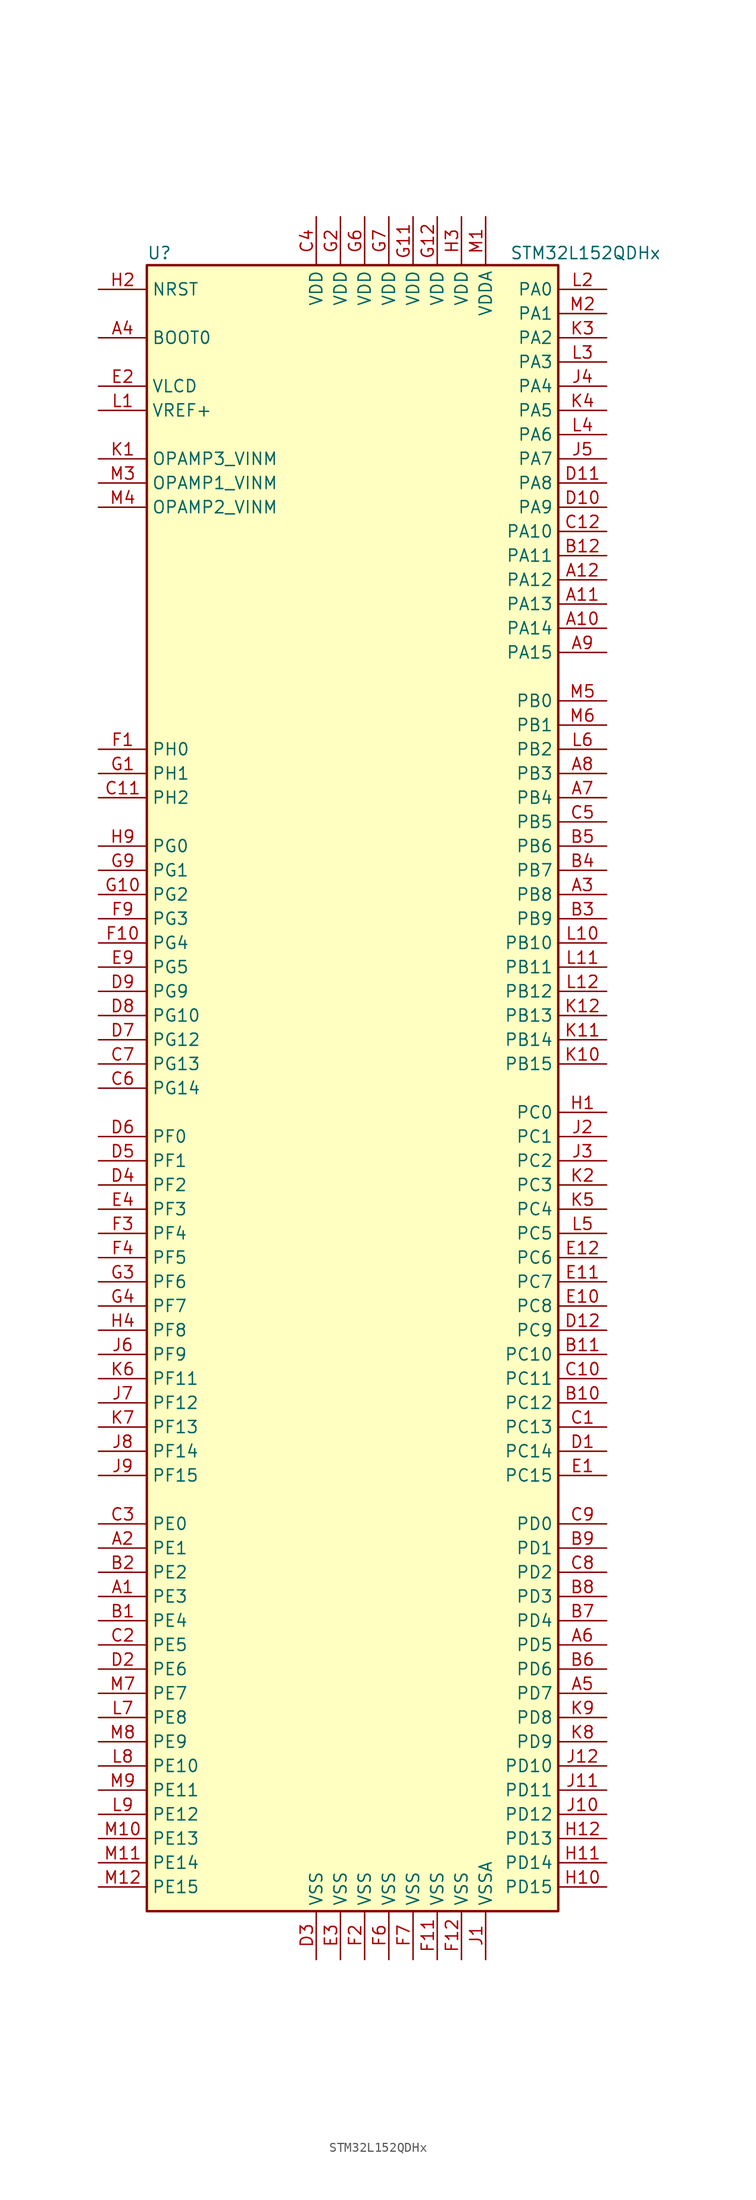
<source format=kicad_sym>
(kicad_symbol_lib
  (version 20201005)
  (generator kicad_symbol_editor)
  (symbol "STM32L152QDHx"
    (property "Reference" "U"
      (at -22.86 87.63 0)
      (effects (font (size 1.27 1.27)) (justify left)))
    (property "Value" "STM32L152QDHx"
      (at 15.24 87.63 0)
      (effects (font (size 1.27 1.27)) (justify left)))
    (symbol "STM32L152QDHx_0_1"
      (rectangle (start -22.86 -86.36) (end 20.32 86.36) (stroke (width 0.254)) (fill (type background))))
    (symbol "STM32L152QDHx_1_1"
      (pin bidirectional line (at -27.94 -53.34 0) (length 5.08) (name "PE3" (effects (font (size 1.27 1.27)))) (number "A1" (effects (font (size 1.27 1.27)))))
      (pin bidirectional line (at 25.4 48.26 180) (length 5.08) (name "PA14" (effects (font (size 1.27 1.27)))) (number "A10" (effects (font (size 1.27 1.27)))))
      (pin bidirectional line (at 25.4 50.8 180) (length 5.08) (name "PA13" (effects (font (size 1.27 1.27)))) (number "A11" (effects (font (size 1.27 1.27)))))
      (pin bidirectional line (at 25.4 53.34 180) (length 5.08) (name "PA12" (effects (font (size 1.27 1.27)))) (number "A12" (effects (font (size 1.27 1.27)))))
      (pin bidirectional line (at -27.94 -48.26 0) (length 5.08) (name "PE1" (effects (font (size 1.27 1.27)))) (number "A2" (effects (font (size 1.27 1.27)))))
      (pin bidirectional line (at 25.4 20.32 180) (length 5.08) (name "PB8" (effects (font (size 1.27 1.27)))) (number "A3" (effects (font (size 1.27 1.27)))))
      (pin input line (at -27.94 78.74 0) (length 5.08) (name "BOOT0" (effects (font (size 1.27 1.27)))) (number "A4" (effects (font (size 1.27 1.27)))))
      (pin bidirectional line (at 25.4 -63.5 180) (length 5.08) (name "PD7" (effects (font (size 1.27 1.27)))) (number "A5" (effects (font (size 1.27 1.27)))))
      (pin bidirectional line (at 25.4 -58.42 180) (length 5.08) (name "PD5" (effects (font (size 1.27 1.27)))) (number "A6" (effects (font (size 1.27 1.27)))))
      (pin bidirectional line (at 25.4 30.48 180) (length 5.08) (name "PB4" (effects (font (size 1.27 1.27)))) (number "A7" (effects (font (size 1.27 1.27)))))
      (pin bidirectional line (at 25.4 33.02 180) (length 5.08) (name "PB3" (effects (font (size 1.27 1.27)))) (number "A8" (effects (font (size 1.27 1.27)))))
      (pin bidirectional line (at 25.4 45.72 180) (length 5.08) (name "PA15" (effects (font (size 1.27 1.27)))) (number "A9" (effects (font (size 1.27 1.27)))))
      (pin bidirectional line (at -27.94 -55.88 0) (length 5.08) (name "PE4" (effects (font (size 1.27 1.27)))) (number "B1" (effects (font (size 1.27 1.27)))))
      (pin bidirectional line (at 25.4 -33.02 180) (length 5.08) (name "PC12" (effects (font (size 1.27 1.27)))) (number "B10" (effects (font (size 1.27 1.27)))))
      (pin bidirectional line (at 25.4 -27.94 180) (length 5.08) (name "PC10" (effects (font (size 1.27 1.27)))) (number "B11" (effects (font (size 1.27 1.27)))))
      (pin bidirectional line (at 25.4 55.88 180) (length 5.08) (name "PA11" (effects (font (size 1.27 1.27)))) (number "B12" (effects (font (size 1.27 1.27)))))
      (pin bidirectional line (at -27.94 -50.8 0) (length 5.08) (name "PE2" (effects (font (size 1.27 1.27)))) (number "B2" (effects (font (size 1.27 1.27)))))
      (pin bidirectional line (at 25.4 17.78 180) (length 5.08) (name "PB9" (effects (font (size 1.27 1.27)))) (number "B3" (effects (font (size 1.27 1.27)))))
      (pin bidirectional line (at 25.4 22.86 180) (length 5.08) (name "PB7" (effects (font (size 1.27 1.27)))) (number "B4" (effects (font (size 1.27 1.27)))))
      (pin bidirectional line (at 25.4 25.4 180) (length 5.08) (name "PB6" (effects (font (size 1.27 1.27)))) (number "B5" (effects (font (size 1.27 1.27)))))
      (pin bidirectional line (at 25.4 -60.96 180) (length 5.08) (name "PD6" (effects (font (size 1.27 1.27)))) (number "B6" (effects (font (size 1.27 1.27)))))
      (pin bidirectional line (at 25.4 -55.88 180) (length 5.08) (name "PD4" (effects (font (size 1.27 1.27)))) (number "B7" (effects (font (size 1.27 1.27)))))
      (pin bidirectional line (at 25.4 -53.34 180) (length 5.08) (name "PD3" (effects (font (size 1.27 1.27)))) (number "B8" (effects (font (size 1.27 1.27)))))
      (pin bidirectional line (at 25.4 -48.26 180) (length 5.08) (name "PD1" (effects (font (size 1.27 1.27)))) (number "B9" (effects (font (size 1.27 1.27)))))
      (pin bidirectional line (at 25.4 -35.56 180) (length 5.08) (name "PC13" (effects (font (size 1.27 1.27)))) (number "C1" (effects (font (size 1.27 1.27)))))
      (pin bidirectional line (at 25.4 -30.48 180) (length 5.08) (name "PC11" (effects (font (size 1.27 1.27)))) (number "C10" (effects (font (size 1.27 1.27)))))
      (pin bidirectional line (at -27.94 30.48 0) (length 5.08) (name "PH2" (effects (font (size 1.27 1.27)))) (number "C11" (effects (font (size 1.27 1.27)))))
      (pin bidirectional line (at 25.4 58.42 180) (length 5.08) (name "PA10" (effects (font (size 1.27 1.27)))) (number "C12" (effects (font (size 1.27 1.27)))))
      (pin bidirectional line (at -27.94 -58.42 0) (length 5.08) (name "PE5" (effects (font (size 1.27 1.27)))) (number "C2" (effects (font (size 1.27 1.27)))))
      (pin bidirectional line (at -27.94 -45.72 0) (length 5.08) (name "PE0" (effects (font (size 1.27 1.27)))) (number "C3" (effects (font (size 1.27 1.27)))))
      (pin power_in line (at -5.08 91.44 270) (length 5.08) (name "VDD" (effects (font (size 1.27 1.27)))) (number "C4" (effects (font (size 1.27 1.27)))))
      (pin bidirectional line (at 25.4 27.94 180) (length 5.08) (name "PB5" (effects (font (size 1.27 1.27)))) (number "C5" (effects (font (size 1.27 1.27)))))
      (pin bidirectional line (at -27.94 0 0) (length 5.08) (name "PG14" (effects (font (size 1.27 1.27)))) (number "C6" (effects (font (size 1.27 1.27)))))
      (pin bidirectional line (at -27.94 2.54 0) (length 5.08) (name "PG13" (effects (font (size 1.27 1.27)))) (number "C7" (effects (font (size 1.27 1.27)))))
      (pin bidirectional line (at 25.4 -50.8 180) (length 5.08) (name "PD2" (effects (font (size 1.27 1.27)))) (number "C8" (effects (font (size 1.27 1.27)))))
      (pin bidirectional line (at 25.4 -45.72 180) (length 5.08) (name "PD0" (effects (font (size 1.27 1.27)))) (number "C9" (effects (font (size 1.27 1.27)))))
      (pin bidirectional line (at 25.4 -38.1 180) (length 5.08) (name "PC14" (effects (font (size 1.27 1.27)))) (number "D1" (effects (font (size 1.27 1.27)))))
      (pin bidirectional line (at 25.4 60.96 180) (length 5.08) (name "PA9" (effects (font (size 1.27 1.27)))) (number "D10" (effects (font (size 1.27 1.27)))))
      (pin bidirectional line (at 25.4 63.5 180) (length 5.08) (name "PA8" (effects (font (size 1.27 1.27)))) (number "D11" (effects (font (size 1.27 1.27)))))
      (pin bidirectional line (at 25.4 -25.4 180) (length 5.08) (name "PC9" (effects (font (size 1.27 1.27)))) (number "D12" (effects (font (size 1.27 1.27)))))
      (pin bidirectional line (at -27.94 -60.96 0) (length 5.08) (name "PE6" (effects (font (size 1.27 1.27)))) (number "D2" (effects (font (size 1.27 1.27)))))
      (pin power_in line (at -5.08 -91.44 90) (length 5.08) (name "VSS" (effects (font (size 1.27 1.27)))) (number "D3" (effects (font (size 1.27 1.27)))))
      (pin bidirectional line (at -27.94 -10.16 0) (length 5.08) (name "PF2" (effects (font (size 1.27 1.27)))) (number "D4" (effects (font (size 1.27 1.27)))))
      (pin bidirectional line (at -27.94 -7.62 0) (length 5.08) (name "PF1" (effects (font (size 1.27 1.27)))) (number "D5" (effects (font (size 1.27 1.27)))))
      (pin bidirectional line (at -27.94 -5.08 0) (length 5.08) (name "PF0" (effects (font (size 1.27 1.27)))) (number "D6" (effects (font (size 1.27 1.27)))))
      (pin bidirectional line (at -27.94 5.08 0) (length 5.08) (name "PG12" (effects (font (size 1.27 1.27)))) (number "D7" (effects (font (size 1.27 1.27)))))
      (pin bidirectional line (at -27.94 7.62 0) (length 5.08) (name "PG10" (effects (font (size 1.27 1.27)))) (number "D8" (effects (font (size 1.27 1.27)))))
      (pin bidirectional line (at -27.94 10.16 0) (length 5.08) (name "PG9" (effects (font (size 1.27 1.27)))) (number "D9" (effects (font (size 1.27 1.27)))))
      (pin bidirectional line (at 25.4 -40.64 180) (length 5.08) (name "PC15" (effects (font (size 1.27 1.27)))) (number "E1" (effects (font (size 1.27 1.27)))))
      (pin bidirectional line (at 25.4 -22.86 180) (length 5.08) (name "PC8" (effects (font (size 1.27 1.27)))) (number "E10" (effects (font (size 1.27 1.27)))))
      (pin bidirectional line (at 25.4 -20.32 180) (length 5.08) (name "PC7" (effects (font (size 1.27 1.27)))) (number "E11" (effects (font (size 1.27 1.27)))))
      (pin bidirectional line (at 25.4 -17.78 180) (length 5.08) (name "PC6" (effects (font (size 1.27 1.27)))) (number "E12" (effects (font (size 1.27 1.27)))))
      (pin power_in line (at -27.94 73.66 0) (length 5.08) (name "VLCD" (effects (font (size 1.27 1.27)))) (number "E2" (effects (font (size 1.27 1.27)))))
      (pin power_in line (at -2.54 -91.44 90) (length 5.08) (name "VSS" (effects (font (size 1.27 1.27)))) (number "E3" (effects (font (size 1.27 1.27)))))
      (pin bidirectional line (at -27.94 -12.7 0) (length 5.08) (name "PF3" (effects (font (size 1.27 1.27)))) (number "E4" (effects (font (size 1.27 1.27)))))
      (pin bidirectional line (at -27.94 12.7 0) (length 5.08) (name "PG5" (effects (font (size 1.27 1.27)))) (number "E9" (effects (font (size 1.27 1.27)))))
      (pin input line (at -27.94 35.56 0) (length 5.08) (name "PH0" (effects (font (size 1.27 1.27)))) (number "F1" (effects (font (size 1.27 1.27)))))
      (pin bidirectional line (at -27.94 15.24 0) (length 5.08) (name "PG4" (effects (font (size 1.27 1.27)))) (number "F10" (effects (font (size 1.27 1.27)))))
      (pin power_in line (at 7.62 -91.44 90) (length 5.08) (name "VSS" (effects (font (size 1.27 1.27)))) (number "F11" (effects (font (size 1.27 1.27)))))
      (pin power_in line (at 10.16 -91.44 90) (length 5.08) (name "VSS" (effects (font (size 1.27 1.27)))) (number "F12" (effects (font (size 1.27 1.27)))))
      (pin power_in line (at 0 -91.44 90) (length 5.08) (name "VSS" (effects (font (size 1.27 1.27)))) (number "F2" (effects (font (size 1.27 1.27)))))
      (pin bidirectional line (at -27.94 -15.24 0) (length 5.08) (name "PF4" (effects (font (size 1.27 1.27)))) (number "F3" (effects (font (size 1.27 1.27)))))
      (pin bidirectional line (at -27.94 -17.78 0) (length 5.08) (name "PF5" (effects (font (size 1.27 1.27)))) (number "F4" (effects (font (size 1.27 1.27)))))
      (pin power_in line (at 2.54 -91.44 90) (length 5.08) (name "VSS" (effects (font (size 1.27 1.27)))) (number "F6" (effects (font (size 1.27 1.27)))))
      (pin power_in line (at 5.08 -91.44 90) (length 5.08) (name "VSS" (effects (font (size 1.27 1.27)))) (number "F7" (effects (font (size 1.27 1.27)))))
      (pin bidirectional line (at -27.94 17.78 0) (length 5.08) (name "PG3" (effects (font (size 1.27 1.27)))) (number "F9" (effects (font (size 1.27 1.27)))))
      (pin input line (at -27.94 33.02 0) (length 5.08) (name "PH1" (effects (font (size 1.27 1.27)))) (number "G1" (effects (font (size 1.27 1.27)))))
      (pin bidirectional line (at -27.94 20.32 0) (length 5.08) (name "PG2" (effects (font (size 1.27 1.27)))) (number "G10" (effects (font (size 1.27 1.27)))))
      (pin power_in line (at 5.08 91.44 270) (length 5.08) (name "VDD" (effects (font (size 1.27 1.27)))) (number "G11" (effects (font (size 1.27 1.27)))))
      (pin power_in line (at 7.62 91.44 270) (length 5.08) (name "VDD" (effects (font (size 1.27 1.27)))) (number "G12" (effects (font (size 1.27 1.27)))))
      (pin power_in line (at -2.54 91.44 270) (length 5.08) (name "VDD" (effects (font (size 1.27 1.27)))) (number "G2" (effects (font (size 1.27 1.27)))))
      (pin bidirectional line (at -27.94 -20.32 0) (length 5.08) (name "PF6" (effects (font (size 1.27 1.27)))) (number "G3" (effects (font (size 1.27 1.27)))))
      (pin bidirectional line (at -27.94 -22.86 0) (length 5.08) (name "PF7" (effects (font (size 1.27 1.27)))) (number "G4" (effects (font (size 1.27 1.27)))))
      (pin power_in line (at 0 91.44 270) (length 5.08) (name "VDD" (effects (font (size 1.27 1.27)))) (number "G6" (effects (font (size 1.27 1.27)))))
      (pin power_in line (at 2.54 91.44 270) (length 5.08) (name "VDD" (effects (font (size 1.27 1.27)))) (number "G7" (effects (font (size 1.27 1.27)))))
      (pin bidirectional line (at -27.94 22.86 0) (length 5.08) (name "PG1" (effects (font (size 1.27 1.27)))) (number "G9" (effects (font (size 1.27 1.27)))))
      (pin bidirectional line (at 25.4 -2.54 180) (length 5.08) (name "PC0" (effects (font (size 1.27 1.27)))) (number "H1" (effects (font (size 1.27 1.27)))))
      (pin bidirectional line (at 25.4 -83.82 180) (length 5.08) (name "PD15" (effects (font (size 1.27 1.27)))) (number "H10" (effects (font (size 1.27 1.27)))))
      (pin bidirectional line (at 25.4 -81.28 180) (length 5.08) (name "PD14" (effects (font (size 1.27 1.27)))) (number "H11" (effects (font (size 1.27 1.27)))))
      (pin bidirectional line (at 25.4 -78.74 180) (length 5.08) (name "PD13" (effects (font (size 1.27 1.27)))) (number "H12" (effects (font (size 1.27 1.27)))))
      (pin input line (at -27.94 83.82 0) (length 5.08) (name "NRST" (effects (font (size 1.27 1.27)))) (number "H2" (effects (font (size 1.27 1.27)))))
      (pin power_in line (at 10.16 91.44 270) (length 5.08) (name "VDD" (effects (font (size 1.27 1.27)))) (number "H3" (effects (font (size 1.27 1.27)))))
      (pin bidirectional line (at -27.94 -25.4 0) (length 5.08) (name "PF8" (effects (font (size 1.27 1.27)))) (number "H4" (effects (font (size 1.27 1.27)))))
      (pin bidirectional line (at -27.94 25.4 0) (length 5.08) (name "PG0" (effects (font (size 1.27 1.27)))) (number "H9" (effects (font (size 1.27 1.27)))))
      (pin power_in line (at 12.7 -91.44 90) (length 5.08) (name "VSSA" (effects (font (size 1.27 1.27)))) (number "J1" (effects (font (size 1.27 1.27)))))
      (pin bidirectional line (at 25.4 -76.2 180) (length 5.08) (name "PD12" (effects (font (size 1.27 1.27)))) (number "J10" (effects (font (size 1.27 1.27)))))
      (pin bidirectional line (at 25.4 -73.66 180) (length 5.08) (name "PD11" (effects (font (size 1.27 1.27)))) (number "J11" (effects (font (size 1.27 1.27)))))
      (pin bidirectional line (at 25.4 -71.12 180) (length 5.08) (name "PD10" (effects (font (size 1.27 1.27)))) (number "J12" (effects (font (size 1.27 1.27)))))
      (pin bidirectional line (at 25.4 -5.08 180) (length 5.08) (name "PC1" (effects (font (size 1.27 1.27)))) (number "J2" (effects (font (size 1.27 1.27)))))
      (pin bidirectional line (at 25.4 -7.62 180) (length 5.08) (name "PC2" (effects (font (size 1.27 1.27)))) (number "J3" (effects (font (size 1.27 1.27)))))
      (pin bidirectional line (at 25.4 73.66 180) (length 5.08) (name "PA4" (effects (font (size 1.27 1.27)))) (number "J4" (effects (font (size 1.27 1.27)))))
      (pin bidirectional line (at 25.4 66.04 180) (length 5.08) (name "PA7" (effects (font (size 1.27 1.27)))) (number "J5" (effects (font (size 1.27 1.27)))))
      (pin bidirectional line (at -27.94 -27.94 0) (length 5.08) (name "PF9" (effects (font (size 1.27 1.27)))) (number "J6" (effects (font (size 1.27 1.27)))))
      (pin bidirectional line (at -27.94 -33.02 0) (length 5.08) (name "PF12" (effects (font (size 1.27 1.27)))) (number "J7" (effects (font (size 1.27 1.27)))))
      (pin bidirectional line (at -27.94 -38.1 0) (length 5.08) (name "PF14" (effects (font (size 1.27 1.27)))) (number "J8" (effects (font (size 1.27 1.27)))))
      (pin bidirectional line (at -27.94 -40.64 0) (length 5.08) (name "PF15" (effects (font (size 1.27 1.27)))) (number "J9" (effects (font (size 1.27 1.27)))))
      (pin bidirectional line (at -27.94 66.04 0) (length 5.08) (name "OPAMP3_VINM" (effects (font (size 1.27 1.27)))) (number "K1" (effects (font (size 1.27 1.27)))))
      (pin bidirectional line (at 25.4 2.54 180) (length 5.08) (name "PB15" (effects (font (size 1.27 1.27)))) (number "K10" (effects (font (size 1.27 1.27)))))
      (pin bidirectional line (at 25.4 5.08 180) (length 5.08) (name "PB14" (effects (font (size 1.27 1.27)))) (number "K11" (effects (font (size 1.27 1.27)))))
      (pin bidirectional line (at 25.4 7.62 180) (length 5.08) (name "PB13" (effects (font (size 1.27 1.27)))) (number "K12" (effects (font (size 1.27 1.27)))))
      (pin bidirectional line (at 25.4 -10.16 180) (length 5.08) (name "PC3" (effects (font (size 1.27 1.27)))) (number "K2" (effects (font (size 1.27 1.27)))))
      (pin bidirectional line (at 25.4 78.74 180) (length 5.08) (name "PA2" (effects (font (size 1.27 1.27)))) (number "K3" (effects (font (size 1.27 1.27)))))
      (pin bidirectional line (at 25.4 71.12 180) (length 5.08) (name "PA5" (effects (font (size 1.27 1.27)))) (number "K4" (effects (font (size 1.27 1.27)))))
      (pin bidirectional line (at 25.4 -12.7 180) (length 5.08) (name "PC4" (effects (font (size 1.27 1.27)))) (number "K5" (effects (font (size 1.27 1.27)))))
      (pin bidirectional line (at -27.94 -30.48 0) (length 5.08) (name "PF11" (effects (font (size 1.27 1.27)))) (number "K6" (effects (font (size 1.27 1.27)))))
      (pin bidirectional line (at -27.94 -35.56 0) (length 5.08) (name "PF13" (effects (font (size 1.27 1.27)))) (number "K7" (effects (font (size 1.27 1.27)))))
      (pin bidirectional line (at 25.4 -68.58 180) (length 5.08) (name "PD9" (effects (font (size 1.27 1.27)))) (number "K8" (effects (font (size 1.27 1.27)))))
      (pin bidirectional line (at 25.4 -66.04 180) (length 5.08) (name "PD8" (effects (font (size 1.27 1.27)))) (number "K9" (effects (font (size 1.27 1.27)))))
      (pin power_in line (at -27.94 71.12 0) (length 5.08) (name "VREF+" (effects (font (size 1.27 1.27)))) (number "L1" (effects (font (size 1.27 1.27)))))
      (pin bidirectional line (at 25.4 15.24 180) (length 5.08) (name "PB10" (effects (font (size 1.27 1.27)))) (number "L10" (effects (font (size 1.27 1.27)))))
      (pin bidirectional line (at 25.4 12.7 180) (length 5.08) (name "PB11" (effects (font (size 1.27 1.27)))) (number "L11" (effects (font (size 1.27 1.27)))))
      (pin bidirectional line (at 25.4 10.16 180) (length 5.08) (name "PB12" (effects (font (size 1.27 1.27)))) (number "L12" (effects (font (size 1.27 1.27)))))
      (pin bidirectional line (at 25.4 83.82 180) (length 5.08) (name "PA0" (effects (font (size 1.27 1.27)))) (number "L2" (effects (font (size 1.27 1.27)))))
      (pin bidirectional line (at 25.4 76.2 180) (length 5.08) (name "PA3" (effects (font (size 1.27 1.27)))) (number "L3" (effects (font (size 1.27 1.27)))))
      (pin bidirectional line (at 25.4 68.58 180) (length 5.08) (name "PA6" (effects (font (size 1.27 1.27)))) (number "L4" (effects (font (size 1.27 1.27)))))
      (pin bidirectional line (at 25.4 -15.24 180) (length 5.08) (name "PC5" (effects (font (size 1.27 1.27)))) (number "L5" (effects (font (size 1.27 1.27)))))
      (pin bidirectional line (at 25.4 35.56 180) (length 5.08) (name "PB2" (effects (font (size 1.27 1.27)))) (number "L6" (effects (font (size 1.27 1.27)))))
      (pin bidirectional line (at -27.94 -66.04 0) (length 5.08) (name "PE8" (effects (font (size 1.27 1.27)))) (number "L7" (effects (font (size 1.27 1.27)))))
      (pin bidirectional line (at -27.94 -71.12 0) (length 5.08) (name "PE10" (effects (font (size 1.27 1.27)))) (number "L8" (effects (font (size 1.27 1.27)))))
      (pin bidirectional line (at -27.94 -76.2 0) (length 5.08) (name "PE12" (effects (font (size 1.27 1.27)))) (number "L9" (effects (font (size 1.27 1.27)))))
      (pin power_in line (at 12.7 91.44 270) (length 5.08) (name "VDDA" (effects (font (size 1.27 1.27)))) (number "M1" (effects (font (size 1.27 1.27)))))
      (pin bidirectional line (at -27.94 -78.74 0) (length 5.08) (name "PE13" (effects (font (size 1.27 1.27)))) (number "M10" (effects (font (size 1.27 1.27)))))
      (pin bidirectional line (at -27.94 -81.28 0) (length 5.08) (name "PE14" (effects (font (size 1.27 1.27)))) (number "M11" (effects (font (size 1.27 1.27)))))
      (pin bidirectional line (at -27.94 -83.82 0) (length 5.08) (name "PE15" (effects (font (size 1.27 1.27)))) (number "M12" (effects (font (size 1.27 1.27)))))
      (pin bidirectional line (at 25.4 81.28 180) (length 5.08) (name "PA1" (effects (font (size 1.27 1.27)))) (number "M2" (effects (font (size 1.27 1.27)))))
      (pin bidirectional line (at -27.94 63.5 0) (length 5.08) (name "OPAMP1_VINM" (effects (font (size 1.27 1.27)))) (number "M3" (effects (font (size 1.27 1.27)))))
      (pin bidirectional line (at -27.94 60.96 0) (length 5.08) (name "OPAMP2_VINM" (effects (font (size 1.27 1.27)))) (number "M4" (effects (font (size 1.27 1.27)))))
      (pin bidirectional line (at 25.4 40.64 180) (length 5.08) (name "PB0" (effects (font (size 1.27 1.27)))) (number "M5" (effects (font (size 1.27 1.27)))))
      (pin bidirectional line (at 25.4 38.1 180) (length 5.08) (name "PB1" (effects (font (size 1.27 1.27)))) (number "M6" (effects (font (size 1.27 1.27)))))
      (pin bidirectional line (at -27.94 -63.5 0) (length 5.08) (name "PE7" (effects (font (size 1.27 1.27)))) (number "M7" (effects (font (size 1.27 1.27)))))
      (pin bidirectional line (at -27.94 -68.58 0) (length 5.08) (name "PE9" (effects (font (size 1.27 1.27)))) (number "M8" (effects (font (size 1.27 1.27)))))
      (pin bidirectional line (at -27.94 -73.66 0) (length 5.08) (name "PE11" (effects (font (size 1.27 1.27)))) (number "M9" (effects (font (size 1.27 1.27))))))))
</source>
